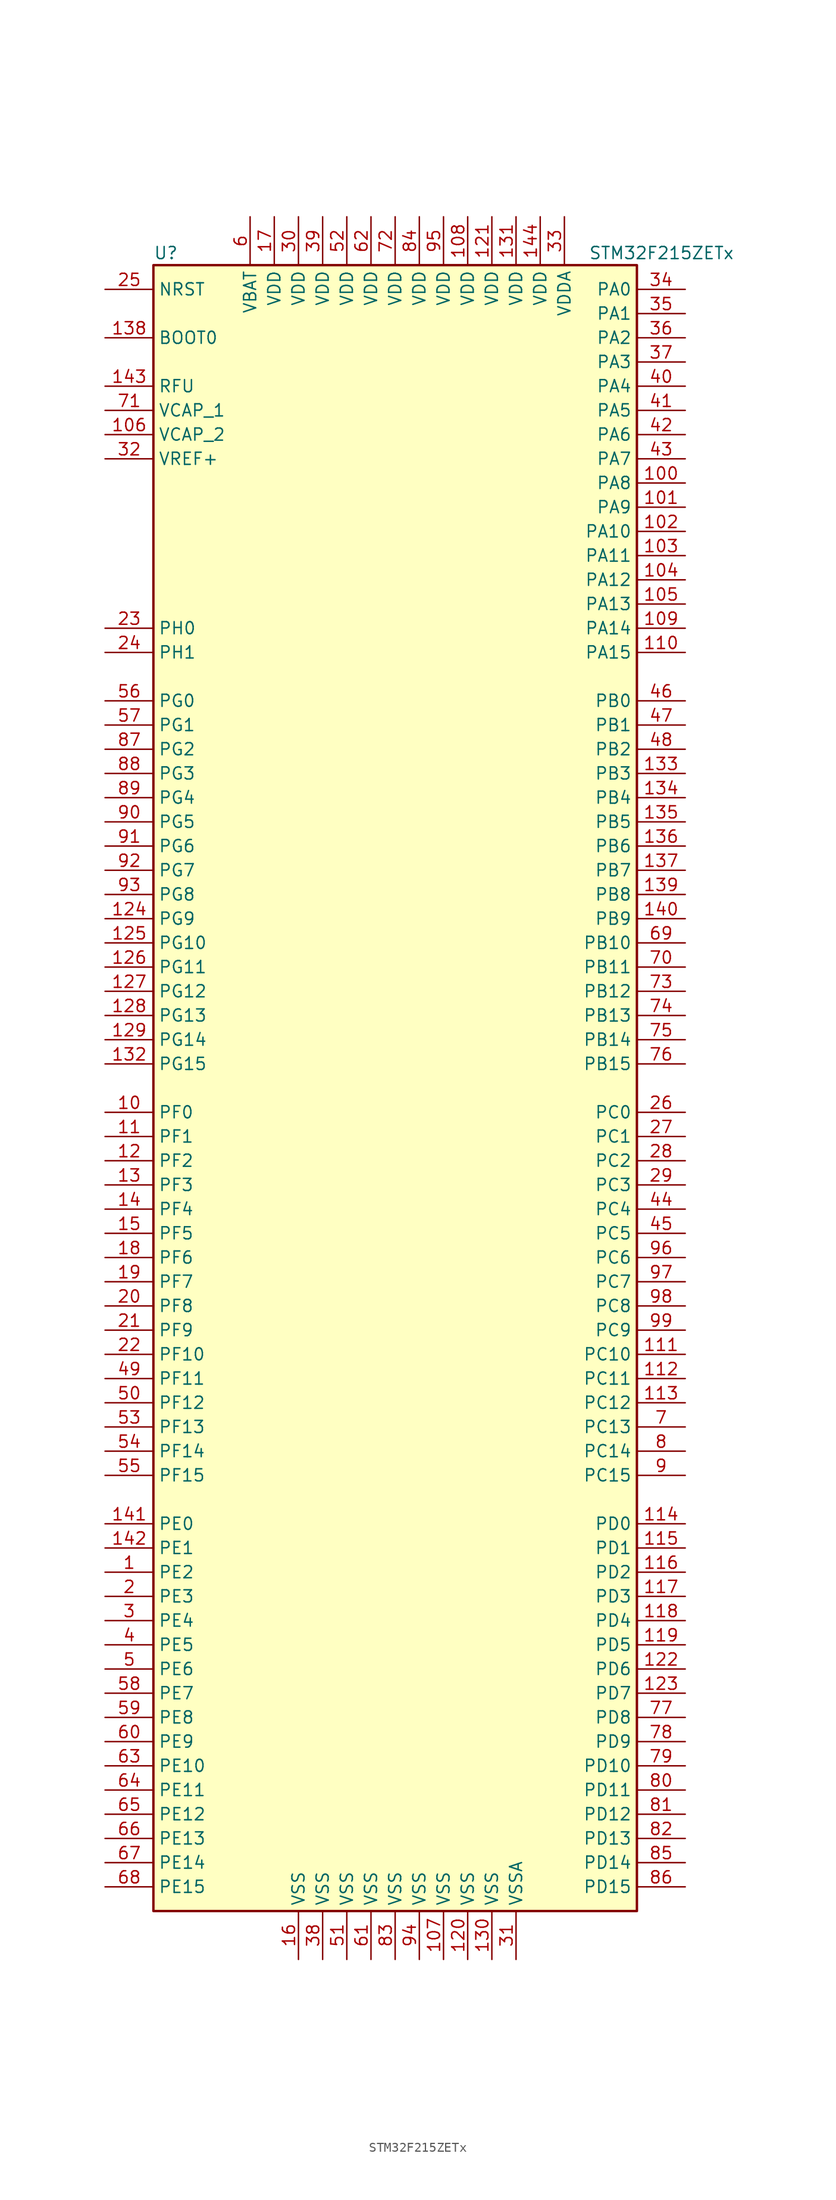
<source format=kicad_sym>
(kicad_symbol_lib
  (version 20201005)
  (generator kicad_symbol_editor)
  (symbol "MCU_ST_STM32F2:STM32F215ZETx"
    (property "Reference" "U"
      (at -25.4 87.63 0)
      (effects (font (size 1.27 1.27)) (justify left)))
    (property "Value" "STM32F215ZETx"
      (at 20.32 87.63 0)
      (effects (font (size 1.27 1.27)) (justify left)))
    (symbol "STM32F215ZETx_0_1"
      (rectangle (start -25.4 -86.36) (end 25.4 86.36) (stroke (width 0.254)) (fill (type background))))
    (symbol "STM32F215ZETx_1_1"
      (pin input line (at -30.48 78.74 0) (length 5.08) (name "BOOT0" (effects (font (size 1.27 1.27)))) (number "138" (effects (font (size 1.27 1.27)))))
      (pin input line (at -30.48 83.82 0) (length 5.08) (name "NRST" (effects (font (size 1.27 1.27)))) (number "25" (effects (font (size 1.27 1.27)))))
      (pin bidirectional line (at 30.48 83.82 180) (length 5.08) (name "PA0" (effects (font (size 1.27 1.27)))) (number "34" (effects (font (size 1.27 1.27)))))
      (pin bidirectional line (at 30.48 81.28 180) (length 5.08) (name "PA1" (effects (font (size 1.27 1.27)))) (number "35" (effects (font (size 1.27 1.27)))))
      (pin bidirectional line (at 30.48 58.42 180) (length 5.08) (name "PA10" (effects (font (size 1.27 1.27)))) (number "102" (effects (font (size 1.27 1.27)))))
      (pin bidirectional line (at 30.48 55.88 180) (length 5.08) (name "PA11" (effects (font (size 1.27 1.27)))) (number "103" (effects (font (size 1.27 1.27)))))
      (pin bidirectional line (at 30.48 53.34 180) (length 5.08) (name "PA12" (effects (font (size 1.27 1.27)))) (number "104" (effects (font (size 1.27 1.27)))))
      (pin bidirectional line (at 30.48 50.8 180) (length 5.08) (name "PA13" (effects (font (size 1.27 1.27)))) (number "105" (effects (font (size 1.27 1.27)))))
      (pin bidirectional line (at 30.48 48.26 180) (length 5.08) (name "PA14" (effects (font (size 1.27 1.27)))) (number "109" (effects (font (size 1.27 1.27)))))
      (pin bidirectional line (at 30.48 45.72 180) (length 5.08) (name "PA15" (effects (font (size 1.27 1.27)))) (number "110" (effects (font (size 1.27 1.27)))))
      (pin bidirectional line (at 30.48 78.74 180) (length 5.08) (name "PA2" (effects (font (size 1.27 1.27)))) (number "36" (effects (font (size 1.27 1.27)))))
      (pin bidirectional line (at 30.48 76.2 180) (length 5.08) (name "PA3" (effects (font (size 1.27 1.27)))) (number "37" (effects (font (size 1.27 1.27)))))
      (pin bidirectional line (at 30.48 73.66 180) (length 5.08) (name "PA4" (effects (font (size 1.27 1.27)))) (number "40" (effects (font (size 1.27 1.27)))))
      (pin bidirectional line (at 30.48 71.12 180) (length 5.08) (name "PA5" (effects (font (size 1.27 1.27)))) (number "41" (effects (font (size 1.27 1.27)))))
      (pin bidirectional line (at 30.48 68.58 180) (length 5.08) (name "PA6" (effects (font (size 1.27 1.27)))) (number "42" (effects (font (size 1.27 1.27)))))
      (pin bidirectional line (at 30.48 66.04 180) (length 5.08) (name "PA7" (effects (font (size 1.27 1.27)))) (number "43" (effects (font (size 1.27 1.27)))))
      (pin bidirectional line (at 30.48 63.5 180) (length 5.08) (name "PA8" (effects (font (size 1.27 1.27)))) (number "100" (effects (font (size 1.27 1.27)))))
      (pin bidirectional line (at 30.48 60.96 180) (length 5.08) (name "PA9" (effects (font (size 1.27 1.27)))) (number "101" (effects (font (size 1.27 1.27)))))
      (pin bidirectional line (at 30.48 40.64 180) (length 5.08) (name "PB0" (effects (font (size 1.27 1.27)))) (number "46" (effects (font (size 1.27 1.27)))))
      (pin bidirectional line (at 30.48 38.1 180) (length 5.08) (name "PB1" (effects (font (size 1.27 1.27)))) (number "47" (effects (font (size 1.27 1.27)))))
      (pin bidirectional line (at 30.48 15.24 180) (length 5.08) (name "PB10" (effects (font (size 1.27 1.27)))) (number "69" (effects (font (size 1.27 1.27)))))
      (pin bidirectional line (at 30.48 12.7 180) (length 5.08) (name "PB11" (effects (font (size 1.27 1.27)))) (number "70" (effects (font (size 1.27 1.27)))))
      (pin bidirectional line (at 30.48 10.16 180) (length 5.08) (name "PB12" (effects (font (size 1.27 1.27)))) (number "73" (effects (font (size 1.27 1.27)))))
      (pin bidirectional line (at 30.48 7.62 180) (length 5.08) (name "PB13" (effects (font (size 1.27 1.27)))) (number "74" (effects (font (size 1.27 1.27)))))
      (pin bidirectional line (at 30.48 5.08 180) (length 5.08) (name "PB14" (effects (font (size 1.27 1.27)))) (number "75" (effects (font (size 1.27 1.27)))))
      (pin bidirectional line (at 30.48 2.54 180) (length 5.08) (name "PB15" (effects (font (size 1.27 1.27)))) (number "76" (effects (font (size 1.27 1.27)))))
      (pin bidirectional line (at 30.48 35.56 180) (length 5.08) (name "PB2" (effects (font (size 1.27 1.27)))) (number "48" (effects (font (size 1.27 1.27)))))
      (pin bidirectional line (at 30.48 33.02 180) (length 5.08) (name "PB3" (effects (font (size 1.27 1.27)))) (number "133" (effects (font (size 1.27 1.27)))))
      (pin bidirectional line (at 30.48 30.48 180) (length 5.08) (name "PB4" (effects (font (size 1.27 1.27)))) (number "134" (effects (font (size 1.27 1.27)))))
      (pin bidirectional line (at 30.48 27.94 180) (length 5.08) (name "PB5" (effects (font (size 1.27 1.27)))) (number "135" (effects (font (size 1.27 1.27)))))
      (pin bidirectional line (at 30.48 25.4 180) (length 5.08) (name "PB6" (effects (font (size 1.27 1.27)))) (number "136" (effects (font (size 1.27 1.27)))))
      (pin bidirectional line (at 30.48 22.86 180) (length 5.08) (name "PB7" (effects (font (size 1.27 1.27)))) (number "137" (effects (font (size 1.27 1.27)))))
      (pin bidirectional line (at 30.48 20.32 180) (length 5.08) (name "PB8" (effects (font (size 1.27 1.27)))) (number "139" (effects (font (size 1.27 1.27)))))
      (pin bidirectional line (at 30.48 17.78 180) (length 5.08) (name "PB9" (effects (font (size 1.27 1.27)))) (number "140" (effects (font (size 1.27 1.27)))))
      (pin bidirectional line (at 30.48 -2.54 180) (length 5.08) (name "PC0" (effects (font (size 1.27 1.27)))) (number "26" (effects (font (size 1.27 1.27)))))
      (pin bidirectional line (at 30.48 -5.08 180) (length 5.08) (name "PC1" (effects (font (size 1.27 1.27)))) (number "27" (effects (font (size 1.27 1.27)))))
      (pin bidirectional line (at 30.48 -27.94 180) (length 5.08) (name "PC10" (effects (font (size 1.27 1.27)))) (number "111" (effects (font (size 1.27 1.27)))))
      (pin bidirectional line (at 30.48 -30.48 180) (length 5.08) (name "PC11" (effects (font (size 1.27 1.27)))) (number "112" (effects (font (size 1.27 1.27)))))
      (pin bidirectional line (at 30.48 -33.02 180) (length 5.08) (name "PC12" (effects (font (size 1.27 1.27)))) (number "113" (effects (font (size 1.27 1.27)))))
      (pin bidirectional line (at 30.48 -35.56 180) (length 5.08) (name "PC13" (effects (font (size 1.27 1.27)))) (number "7" (effects (font (size 1.27 1.27)))))
      (pin bidirectional line (at 30.48 -38.1 180) (length 5.08) (name "PC14" (effects (font (size 1.27 1.27)))) (number "8" (effects (font (size 1.27 1.27)))))
      (pin bidirectional line (at 30.48 -40.64 180) (length 5.08) (name "PC15" (effects (font (size 1.27 1.27)))) (number "9" (effects (font (size 1.27 1.27)))))
      (pin bidirectional line (at 30.48 -7.62 180) (length 5.08) (name "PC2" (effects (font (size 1.27 1.27)))) (number "28" (effects (font (size 1.27 1.27)))))
      (pin bidirectional line (at 30.48 -10.16 180) (length 5.08) (name "PC3" (effects (font (size 1.27 1.27)))) (number "29" (effects (font (size 1.27 1.27)))))
      (pin bidirectional line (at 30.48 -12.7 180) (length 5.08) (name "PC4" (effects (font (size 1.27 1.27)))) (number "44" (effects (font (size 1.27 1.27)))))
      (pin bidirectional line (at 30.48 -15.24 180) (length 5.08) (name "PC5" (effects (font (size 1.27 1.27)))) (number "45" (effects (font (size 1.27 1.27)))))
      (pin bidirectional line (at 30.48 -17.78 180) (length 5.08) (name "PC6" (effects (font (size 1.27 1.27)))) (number "96" (effects (font (size 1.27 1.27)))))
      (pin bidirectional line (at 30.48 -20.32 180) (length 5.08) (name "PC7" (effects (font (size 1.27 1.27)))) (number "97" (effects (font (size 1.27 1.27)))))
      (pin bidirectional line (at 30.48 -22.86 180) (length 5.08) (name "PC8" (effects (font (size 1.27 1.27)))) (number "98" (effects (font (size 1.27 1.27)))))
      (pin bidirectional line (at 30.48 -25.4 180) (length 5.08) (name "PC9" (effects (font (size 1.27 1.27)))) (number "99" (effects (font (size 1.27 1.27)))))
      (pin bidirectional line (at 30.48 -45.72 180) (length 5.08) (name "PD0" (effects (font (size 1.27 1.27)))) (number "114" (effects (font (size 1.27 1.27)))))
      (pin bidirectional line (at 30.48 -48.26 180) (length 5.08) (name "PD1" (effects (font (size 1.27 1.27)))) (number "115" (effects (font (size 1.27 1.27)))))
      (pin bidirectional line (at 30.48 -71.12 180) (length 5.08) (name "PD10" (effects (font (size 1.27 1.27)))) (number "79" (effects (font (size 1.27 1.27)))))
      (pin bidirectional line (at 30.48 -73.66 180) (length 5.08) (name "PD11" (effects (font (size 1.27 1.27)))) (number "80" (effects (font (size 1.27 1.27)))))
      (pin bidirectional line (at 30.48 -76.2 180) (length 5.08) (name "PD12" (effects (font (size 1.27 1.27)))) (number "81" (effects (font (size 1.27 1.27)))))
      (pin bidirectional line (at 30.48 -78.74 180) (length 5.08) (name "PD13" (effects (font (size 1.27 1.27)))) (number "82" (effects (font (size 1.27 1.27)))))
      (pin bidirectional line (at 30.48 -81.28 180) (length 5.08) (name "PD14" (effects (font (size 1.27 1.27)))) (number "85" (effects (font (size 1.27 1.27)))))
      (pin bidirectional line (at 30.48 -83.82 180) (length 5.08) (name "PD15" (effects (font (size 1.27 1.27)))) (number "86" (effects (font (size 1.27 1.27)))))
      (pin bidirectional line (at 30.48 -50.8 180) (length 5.08) (name "PD2" (effects (font (size 1.27 1.27)))) (number "116" (effects (font (size 1.27 1.27)))))
      (pin bidirectional line (at 30.48 -53.34 180) (length 5.08) (name "PD3" (effects (font (size 1.27 1.27)))) (number "117" (effects (font (size 1.27 1.27)))))
      (pin bidirectional line (at 30.48 -55.88 180) (length 5.08) (name "PD4" (effects (font (size 1.27 1.27)))) (number "118" (effects (font (size 1.27 1.27)))))
      (pin bidirectional line (at 30.48 -58.42 180) (length 5.08) (name "PD5" (effects (font (size 1.27 1.27)))) (number "119" (effects (font (size 1.27 1.27)))))
      (pin bidirectional line (at 30.48 -60.96 180) (length 5.08) (name "PD6" (effects (font (size 1.27 1.27)))) (number "122" (effects (font (size 1.27 1.27)))))
      (pin bidirectional line (at 30.48 -63.5 180) (length 5.08) (name "PD7" (effects (font (size 1.27 1.27)))) (number "123" (effects (font (size 1.27 1.27)))))
      (pin bidirectional line (at 30.48 -66.04 180) (length 5.08) (name "PD8" (effects (font (size 1.27 1.27)))) (number "77" (effects (font (size 1.27 1.27)))))
      (pin bidirectional line (at 30.48 -68.58 180) (length 5.08) (name "PD9" (effects (font (size 1.27 1.27)))) (number "78" (effects (font (size 1.27 1.27)))))
      (pin bidirectional line (at -30.48 -45.72 0) (length 5.08) (name "PE0" (effects (font (size 1.27 1.27)))) (number "141" (effects (font (size 1.27 1.27)))))
      (pin bidirectional line (at -30.48 -48.26 0) (length 5.08) (name "PE1" (effects (font (size 1.27 1.27)))) (number "142" (effects (font (size 1.27 1.27)))))
      (pin bidirectional line (at -30.48 -71.12 0) (length 5.08) (name "PE10" (effects (font (size 1.27 1.27)))) (number "63" (effects (font (size 1.27 1.27)))))
      (pin bidirectional line (at -30.48 -73.66 0) (length 5.08) (name "PE11" (effects (font (size 1.27 1.27)))) (number "64" (effects (font (size 1.27 1.27)))))
      (pin bidirectional line (at -30.48 -76.2 0) (length 5.08) (name "PE12" (effects (font (size 1.27 1.27)))) (number "65" (effects (font (size 1.27 1.27)))))
      (pin bidirectional line (at -30.48 -78.74 0) (length 5.08) (name "PE13" (effects (font (size 1.27 1.27)))) (number "66" (effects (font (size 1.27 1.27)))))
      (pin bidirectional line (at -30.48 -81.28 0) (length 5.08) (name "PE14" (effects (font (size 1.27 1.27)))) (number "67" (effects (font (size 1.27 1.27)))))
      (pin bidirectional line (at -30.48 -83.82 0) (length 5.08) (name "PE15" (effects (font (size 1.27 1.27)))) (number "68" (effects (font (size 1.27 1.27)))))
      (pin bidirectional line (at -30.48 -50.8 0) (length 5.08) (name "PE2" (effects (font (size 1.27 1.27)))) (number "1" (effects (font (size 1.27 1.27)))))
      (pin bidirectional line (at -30.48 -53.34 0) (length 5.08) (name "PE3" (effects (font (size 1.27 1.27)))) (number "2" (effects (font (size 1.27 1.27)))))
      (pin bidirectional line (at -30.48 -55.88 0) (length 5.08) (name "PE4" (effects (font (size 1.27 1.27)))) (number "3" (effects (font (size 1.27 1.27)))))
      (pin bidirectional line (at -30.48 -58.42 0) (length 5.08) (name "PE5" (effects (font (size 1.27 1.27)))) (number "4" (effects (font (size 1.27 1.27)))))
      (pin bidirectional line (at -30.48 -60.96 0) (length 5.08) (name "PE6" (effects (font (size 1.27 1.27)))) (number "5" (effects (font (size 1.27 1.27)))))
      (pin bidirectional line (at -30.48 -63.5 0) (length 5.08) (name "PE7" (effects (font (size 1.27 1.27)))) (number "58" (effects (font (size 1.27 1.27)))))
      (pin bidirectional line (at -30.48 -66.04 0) (length 5.08) (name "PE8" (effects (font (size 1.27 1.27)))) (number "59" (effects (font (size 1.27 1.27)))))
      (pin bidirectional line (at -30.48 -68.58 0) (length 5.08) (name "PE9" (effects (font (size 1.27 1.27)))) (number "60" (effects (font (size 1.27 1.27)))))
      (pin bidirectional line (at -30.48 -2.54 0) (length 5.08) (name "PF0" (effects (font (size 1.27 1.27)))) (number "10" (effects (font (size 1.27 1.27)))))
      (pin bidirectional line (at -30.48 -5.08 0) (length 5.08) (name "PF1" (effects (font (size 1.27 1.27)))) (number "11" (effects (font (size 1.27 1.27)))))
      (pin bidirectional line (at -30.48 -27.94 0) (length 5.08) (name "PF10" (effects (font (size 1.27 1.27)))) (number "22" (effects (font (size 1.27 1.27)))))
      (pin bidirectional line (at -30.48 -30.48 0) (length 5.08) (name "PF11" (effects (font (size 1.27 1.27)))) (number "49" (effects (font (size 1.27 1.27)))))
      (pin bidirectional line (at -30.48 -33.02 0) (length 5.08) (name "PF12" (effects (font (size 1.27 1.27)))) (number "50" (effects (font (size 1.27 1.27)))))
      (pin bidirectional line (at -30.48 -35.56 0) (length 5.08) (name "PF13" (effects (font (size 1.27 1.27)))) (number "53" (effects (font (size 1.27 1.27)))))
      (pin bidirectional line (at -30.48 -38.1 0) (length 5.08) (name "PF14" (effects (font (size 1.27 1.27)))) (number "54" (effects (font (size 1.27 1.27)))))
      (pin bidirectional line (at -30.48 -40.64 0) (length 5.08) (name "PF15" (effects (font (size 1.27 1.27)))) (number "55" (effects (font (size 1.27 1.27)))))
      (pin bidirectional line (at -30.48 -7.62 0) (length 5.08) (name "PF2" (effects (font (size 1.27 1.27)))) (number "12" (effects (font (size 1.27 1.27)))))
      (pin bidirectional line (at -30.48 -10.16 0) (length 5.08) (name "PF3" (effects (font (size 1.27 1.27)))) (number "13" (effects (font (size 1.27 1.27)))))
      (pin bidirectional line (at -30.48 -12.7 0) (length 5.08) (name "PF4" (effects (font (size 1.27 1.27)))) (number "14" (effects (font (size 1.27 1.27)))))
      (pin bidirectional line (at -30.48 -15.24 0) (length 5.08) (name "PF5" (effects (font (size 1.27 1.27)))) (number "15" (effects (font (size 1.27 1.27)))))
      (pin bidirectional line (at -30.48 -17.78 0) (length 5.08) (name "PF6" (effects (font (size 1.27 1.27)))) (number "18" (effects (font (size 1.27 1.27)))))
      (pin bidirectional line (at -30.48 -20.32 0) (length 5.08) (name "PF7" (effects (font (size 1.27 1.27)))) (number "19" (effects (font (size 1.27 1.27)))))
      (pin bidirectional line (at -30.48 -22.86 0) (length 5.08) (name "PF8" (effects (font (size 1.27 1.27)))) (number "20" (effects (font (size 1.27 1.27)))))
      (pin bidirectional line (at -30.48 -25.4 0) (length 5.08) (name "PF9" (effects (font (size 1.27 1.27)))) (number "21" (effects (font (size 1.27 1.27)))))
      (pin bidirectional line (at -30.48 40.64 0) (length 5.08) (name "PG0" (effects (font (size 1.27 1.27)))) (number "56" (effects (font (size 1.27 1.27)))))
      (pin bidirectional line (at -30.48 38.1 0) (length 5.08) (name "PG1" (effects (font (size 1.27 1.27)))) (number "57" (effects (font (size 1.27 1.27)))))
      (pin bidirectional line (at -30.48 15.24 0) (length 5.08) (name "PG10" (effects (font (size 1.27 1.27)))) (number "125" (effects (font (size 1.27 1.27)))))
      (pin bidirectional line (at -30.48 12.7 0) (length 5.08) (name "PG11" (effects (font (size 1.27 1.27)))) (number "126" (effects (font (size 1.27 1.27)))))
      (pin bidirectional line (at -30.48 10.16 0) (length 5.08) (name "PG12" (effects (font (size 1.27 1.27)))) (number "127" (effects (font (size 1.27 1.27)))))
      (pin bidirectional line (at -30.48 7.62 0) (length 5.08) (name "PG13" (effects (font (size 1.27 1.27)))) (number "128" (effects (font (size 1.27 1.27)))))
      (pin bidirectional line (at -30.48 5.08 0) (length 5.08) (name "PG14" (effects (font (size 1.27 1.27)))) (number "129" (effects (font (size 1.27 1.27)))))
      (pin bidirectional line (at -30.48 2.54 0) (length 5.08) (name "PG15" (effects (font (size 1.27 1.27)))) (number "132" (effects (font (size 1.27 1.27)))))
      (pin bidirectional line (at -30.48 35.56 0) (length 5.08) (name "PG2" (effects (font (size 1.27 1.27)))) (number "87" (effects (font (size 1.27 1.27)))))
      (pin bidirectional line (at -30.48 33.02 0) (length 5.08) (name "PG3" (effects (font (size 1.27 1.27)))) (number "88" (effects (font (size 1.27 1.27)))))
      (pin bidirectional line (at -30.48 30.48 0) (length 5.08) (name "PG4" (effects (font (size 1.27 1.27)))) (number "89" (effects (font (size 1.27 1.27)))))
      (pin bidirectional line (at -30.48 27.94 0) (length 5.08) (name "PG5" (effects (font (size 1.27 1.27)))) (number "90" (effects (font (size 1.27 1.27)))))
      (pin bidirectional line (at -30.48 25.4 0) (length 5.08) (name "PG6" (effects (font (size 1.27 1.27)))) (number "91" (effects (font (size 1.27 1.27)))))
      (pin bidirectional line (at -30.48 22.86 0) (length 5.08) (name "PG7" (effects (font (size 1.27 1.27)))) (number "92" (effects (font (size 1.27 1.27)))))
      (pin bidirectional line (at -30.48 20.32 0) (length 5.08) (name "PG8" (effects (font (size 1.27 1.27)))) (number "93" (effects (font (size 1.27 1.27)))))
      (pin bidirectional line (at -30.48 17.78 0) (length 5.08) (name "PG9" (effects (font (size 1.27 1.27)))) (number "124" (effects (font (size 1.27 1.27)))))
      (pin input line (at -30.48 48.26 0) (length 5.08) (name "PH0" (effects (font (size 1.27 1.27)))) (number "23" (effects (font (size 1.27 1.27)))))
      (pin input line (at -30.48 45.72 0) (length 5.08) (name "PH1" (effects (font (size 1.27 1.27)))) (number "24" (effects (font (size 1.27 1.27)))))
      (pin power_in line (at -30.48 73.66 0) (length 5.08) (name "RFU" (effects (font (size 1.27 1.27)))) (number "143" (effects (font (size 1.27 1.27)))))
      (pin power_in line (at -15.24 91.44 270) (length 5.08) (name "VBAT" (effects (font (size 1.27 1.27)))) (number "6" (effects (font (size 1.27 1.27)))))
      (pin power_in line (at -30.48 71.12 0) (length 5.08) (name "VCAP_1" (effects (font (size 1.27 1.27)))) (number "71" (effects (font (size 1.27 1.27)))))
      (pin power_in line (at -30.48 68.58 0) (length 5.08) (name "VCAP_2" (effects (font (size 1.27 1.27)))) (number "106" (effects (font (size 1.27 1.27)))))
      (pin power_in line (at 7.62 91.44 270) (length 5.08) (name "VDD" (effects (font (size 1.27 1.27)))) (number "108" (effects (font (size 1.27 1.27)))))
      (pin power_in line (at 10.16 91.44 270) (length 5.08) (name "VDD" (effects (font (size 1.27 1.27)))) (number "121" (effects (font (size 1.27 1.27)))))
      (pin power_in line (at 12.7 91.44 270) (length 5.08) (name "VDD" (effects (font (size 1.27 1.27)))) (number "131" (effects (font (size 1.27 1.27)))))
      (pin power_in line (at 15.24 91.44 270) (length 5.08) (name "VDD" (effects (font (size 1.27 1.27)))) (number "144" (effects (font (size 1.27 1.27)))))
      (pin power_in line (at -12.7 91.44 270) (length 5.08) (name "VDD" (effects (font (size 1.27 1.27)))) (number "17" (effects (font (size 1.27 1.27)))))
      (pin power_in line (at -10.16 91.44 270) (length 5.08) (name "VDD" (effects (font (size 1.27 1.27)))) (number "30" (effects (font (size 1.27 1.27)))))
      (pin power_in line (at -7.62 91.44 270) (length 5.08) (name "VDD" (effects (font (size 1.27 1.27)))) (number "39" (effects (font (size 1.27 1.27)))))
      (pin power_in line (at -5.08 91.44 270) (length 5.08) (name "VDD" (effects (font (size 1.27 1.27)))) (number "52" (effects (font (size 1.27 1.27)))))
      (pin power_in line (at -2.54 91.44 270) (length 5.08) (name "VDD" (effects (font (size 1.27 1.27)))) (number "62" (effects (font (size 1.27 1.27)))))
      (pin power_in line (at 0 91.44 270) (length 5.08) (name "VDD" (effects (font (size 1.27 1.27)))) (number "72" (effects (font (size 1.27 1.27)))))
      (pin power_in line (at 2.54 91.44 270) (length 5.08) (name "VDD" (effects (font (size 1.27 1.27)))) (number "84" (effects (font (size 1.27 1.27)))))
      (pin power_in line (at 5.08 91.44 270) (length 5.08) (name "VDD" (effects (font (size 1.27 1.27)))) (number "95" (effects (font (size 1.27 1.27)))))
      (pin power_in line (at 17.78 91.44 270) (length 5.08) (name "VDDA" (effects (font (size 1.27 1.27)))) (number "33" (effects (font (size 1.27 1.27)))))
      (pin power_in line (at -30.48 66.04 0) (length 5.08) (name "VREF+" (effects (font (size 1.27 1.27)))) (number "32" (effects (font (size 1.27 1.27)))))
      (pin power_in line (at 5.08 -91.44 90) (length 5.08) (name "VSS" (effects (font (size 1.27 1.27)))) (number "107" (effects (font (size 1.27 1.27)))))
      (pin power_in line (at 7.62 -91.44 90) (length 5.08) (name "VSS" (effects (font (size 1.27 1.27)))) (number "120" (effects (font (size 1.27 1.27)))))
      (pin power_in line (at 10.16 -91.44 90) (length 5.08) (name "VSS" (effects (font (size 1.27 1.27)))) (number "130" (effects (font (size 1.27 1.27)))))
      (pin power_in line (at -10.16 -91.44 90) (length 5.08) (name "VSS" (effects (font (size 1.27 1.27)))) (number "16" (effects (font (size 1.27 1.27)))))
      (pin power_in line (at -7.62 -91.44 90) (length 5.08) (name "VSS" (effects (font (size 1.27 1.27)))) (number "38" (effects (font (size 1.27 1.27)))))
      (pin power_in line (at -5.08 -91.44 90) (length 5.08) (name "VSS" (effects (font (size 1.27 1.27)))) (number "51" (effects (font (size 1.27 1.27)))))
      (pin power_in line (at -2.54 -91.44 90) (length 5.08) (name "VSS" (effects (font (size 1.27 1.27)))) (number "61" (effects (font (size 1.27 1.27)))))
      (pin power_in line (at 0 -91.44 90) (length 5.08) (name "VSS" (effects (font (size 1.27 1.27)))) (number "83" (effects (font (size 1.27 1.27)))))
      (pin power_in line (at 2.54 -91.44 90) (length 5.08) (name "VSS" (effects (font (size 1.27 1.27)))) (number "94" (effects (font (size 1.27 1.27)))))
      (pin power_in line (at 12.7 -91.44 90) (length 5.08) (name "VSSA" (effects (font (size 1.27 1.27)))) (number "31" (effects (font (size 1.27 1.27))))))))
</source>
